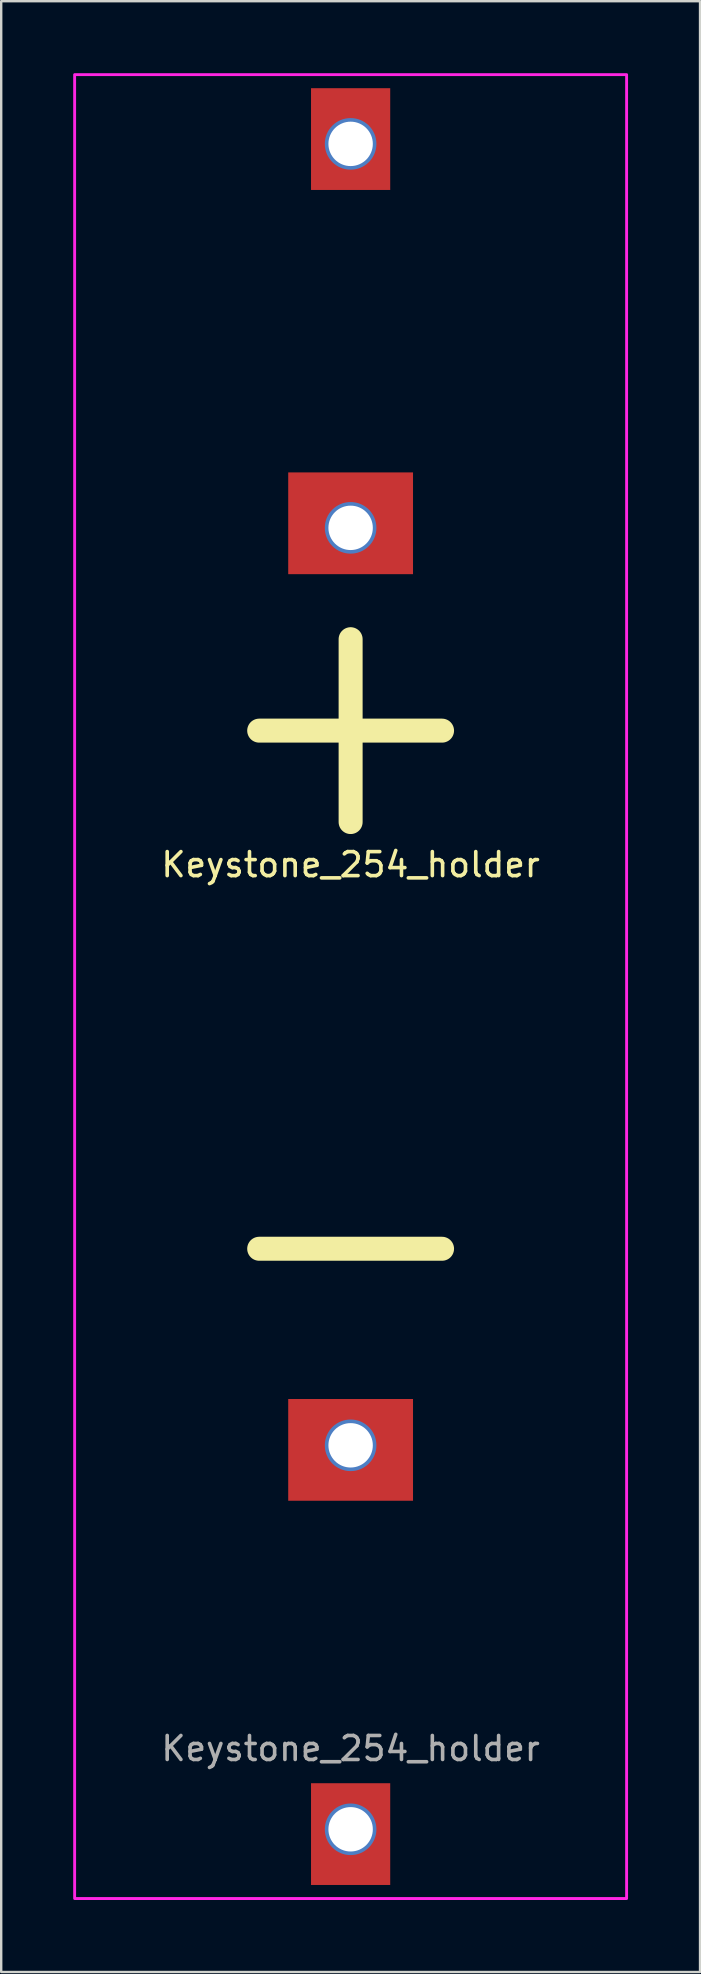
<source format=kicad_pcb>
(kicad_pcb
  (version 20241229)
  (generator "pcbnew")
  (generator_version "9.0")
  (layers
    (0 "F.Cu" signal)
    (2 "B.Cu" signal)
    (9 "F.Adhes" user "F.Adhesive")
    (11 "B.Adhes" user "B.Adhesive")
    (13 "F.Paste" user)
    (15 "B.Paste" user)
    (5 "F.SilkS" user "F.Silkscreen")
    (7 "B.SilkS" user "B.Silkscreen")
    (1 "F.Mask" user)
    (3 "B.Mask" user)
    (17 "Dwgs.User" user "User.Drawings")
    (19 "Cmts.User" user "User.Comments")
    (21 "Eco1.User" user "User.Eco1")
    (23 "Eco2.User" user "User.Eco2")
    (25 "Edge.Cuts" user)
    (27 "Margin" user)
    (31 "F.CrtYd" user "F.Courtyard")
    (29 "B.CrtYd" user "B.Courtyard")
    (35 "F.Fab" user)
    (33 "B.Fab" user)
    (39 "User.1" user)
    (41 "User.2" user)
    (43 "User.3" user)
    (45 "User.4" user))
  (footprint "Keystone_254_holder"
    (layer "F.Cu")
    (at 11.56 38.06)
    (property "Reference" "Keystone_254_holder" (at 0 -5.08 0) (unlocked yes) (layer "F.SilkS") (effects (font (size 1 1) (thickness 0.15))))
    (fp_rect (start 11.5 -38) (end -11.5 38) (stroke (width 0.12) (type solid)) (fill no) (layer "F.CrtYd"))
    (fp_text user "-" (at 0 10.16 0) (unlocked yes) (layer "F.SilkS") (effects (font (size 10 10) (thickness 1))))
    (fp_text user "+" (at 0 -11.43 0) (unlocked yes) (layer "F.SilkS") (effects (font (size 10 10) (thickness 1))))
    (fp_text user "${REFERENCE}" (at 0 31.75 0) (unlocked yes) (layer "F.Fab") (effects (font (size 1 1) (thickness 0.15))))
    (pad "1" smd rect (at 0 -35.315 270) (size 4.24 3.3) (layers "F.Cu" "F.Mask" "F.Paste"))
    (pad "1" thru_hole circle (at 0 -35.115 270) (size 2.15 2.15) (drill 1.85) (layers "*.Cu" "*.Mask"))
    (pad "1" smd rect (at 0 -19.305 270) (size 4.24 5.2) (layers "F.Cu" "F.Mask" "F.Paste"))
    (pad "1" thru_hole circle (at 0 -19.115 270) (size 2.15 2.15) (drill 1.85) (layers "*.Cu" "*.Mask"))
    (pad "2" thru_hole circle (at 0 19.115 270) (size 2.15 2.15) (drill 1.85) (layers "*.Cu" "*.Mask"))
    (pad "2" smd rect (at 0 19.305 270) (size 4.24 5.2) (layers "F.Cu" "F.Mask" "F.Paste"))
    (pad "2" thru_hole circle (at 0 35.115 270) (size 2.15 2.15) (drill 1.85) (layers "*.Cu" "*.Mask"))
    (pad "2" smd rect (at 0 35.315 270) (size 4.24 3.3) (layers "F.Cu" "F.Mask" "F.Paste")))
  (gr_rect
    (start -3 -3)
    (end 26.12 79.12)
    (stroke (width 0.1) (type default))
    (fill no)
    (layer "Edge.Cuts")))
</source>
